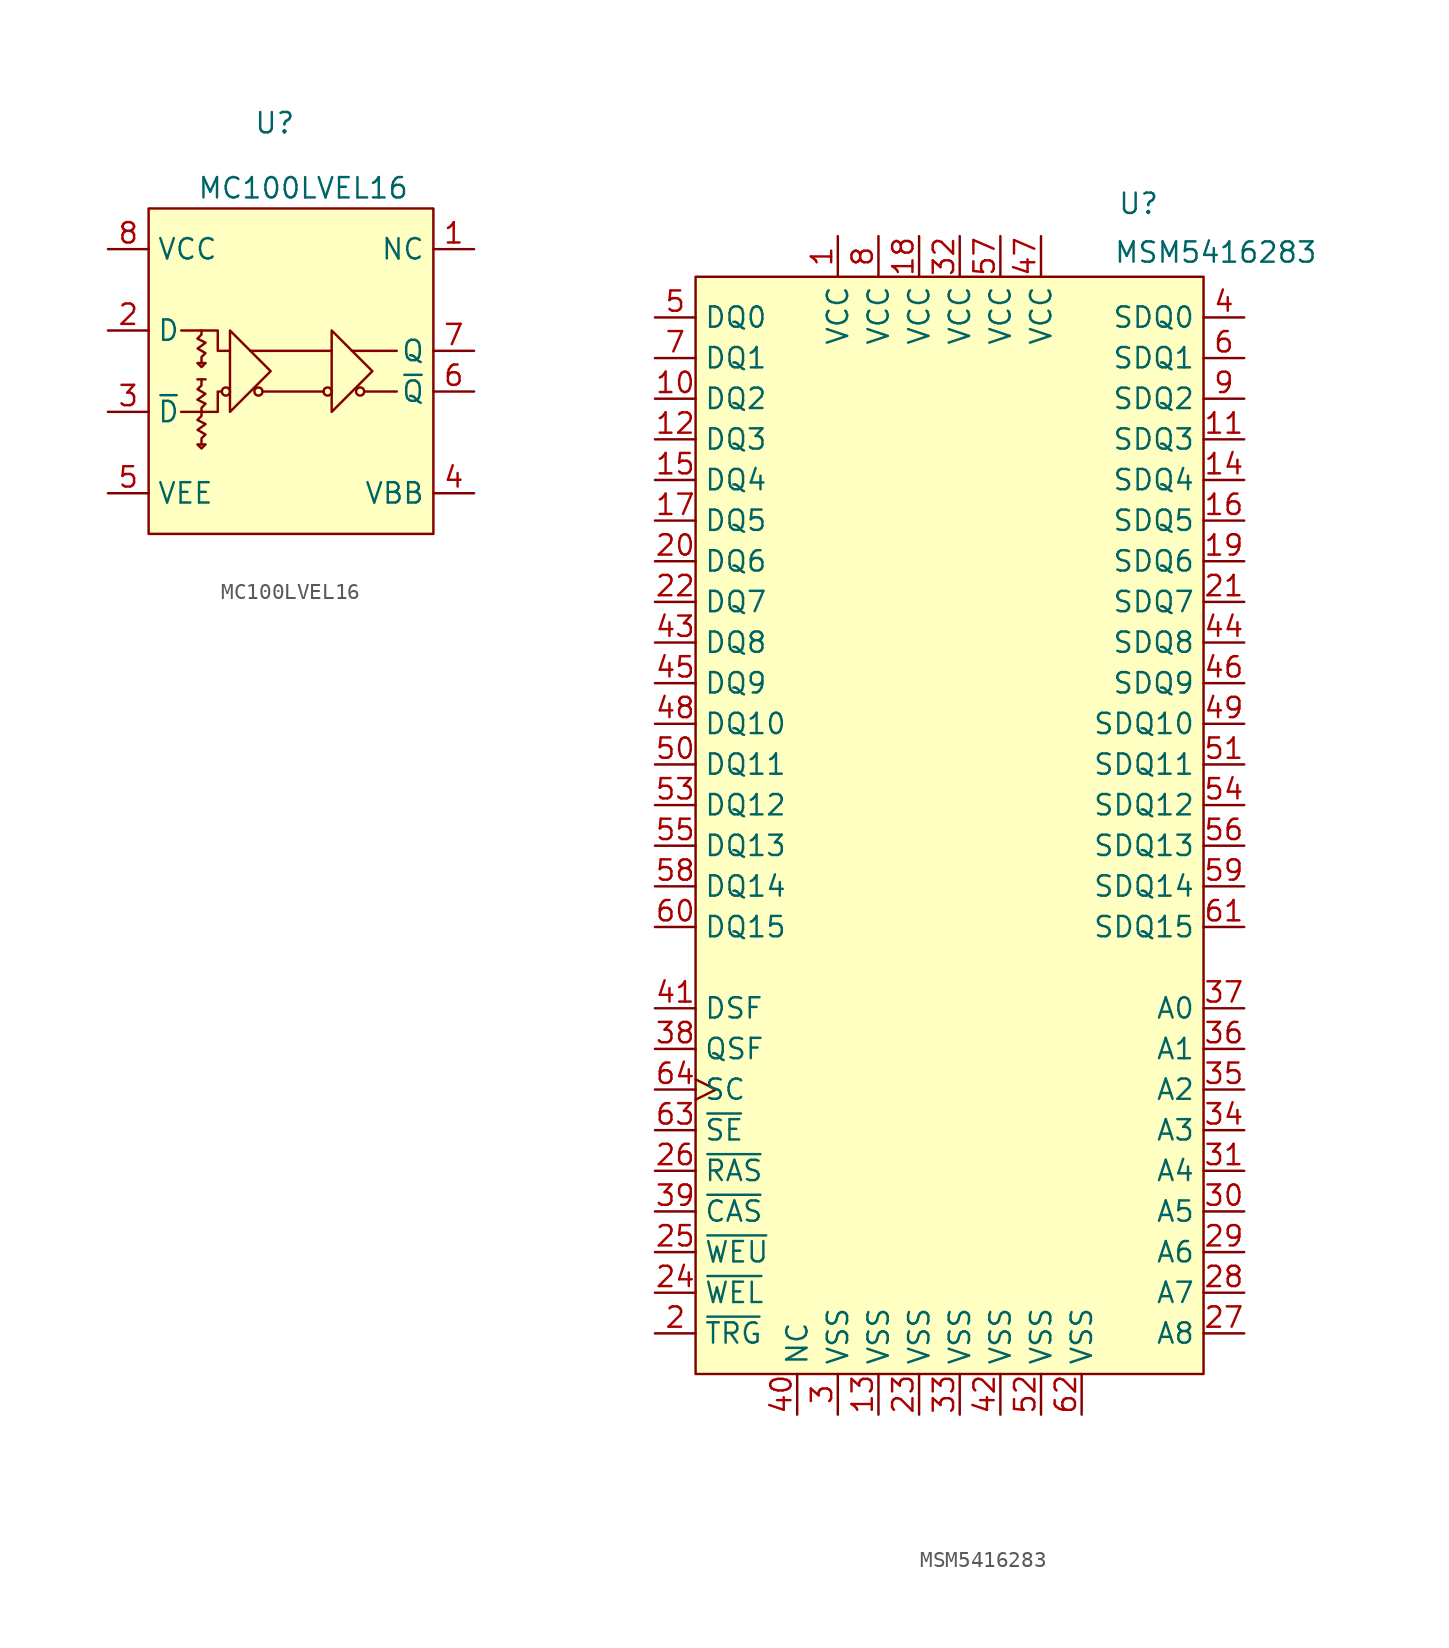
<source format=kicad_sym>
(kicad_symbol_lib
  (version 20241209)
  (generator "kicad_symbol_editor")
  (generator_version "9.0")
  (symbol "MC100LVEL16"
    (property "Reference" "U"
      (at 7.874 5.334 0)
      (effects (font (size 1.27 1.27))))
    (property "Value" "MC100LVEL16"
      (at 9.652 1.27 0)
      (effects (font (size 1.27 1.27))))
    (symbol "MC100LVEL16_1_0"
      (pin power_in line (at -2.54 -2.54 0) (length 2.54) (name "VCC" (effects (font (size 1.27 1.27)))) (number "8" (effects (font (size 1.27 1.27)))))
      (pin input line (at -2.54 -7.62 0) (length 2.54) (name "D" (effects (font (size 1.27 1.27)))) (number "2" (effects (font (size 1.27 1.27)))))
      (pin input line (at -2.54 -12.7 0) (length 2.54) (name "~{D}" (effects (font (size 1.27 1.27)))) (number "3" (effects (font (size 1.27 1.27)))))
      (pin power_in line (at -2.54 -17.78 0) (length 2.54) (name "VEE" (effects (font (size 1.27 1.27)))) (number "5" (effects (font (size 1.27 1.27)))))
      (pin unspecified line (at 20.32 -2.54 180) (length 2.54) (name "NC" (effects (font (size 1.27 1.27)))) (number "1" (effects (font (size 1.27 1.27)))))
      (pin output line (at 20.32 -8.89 180) (length 2.54) (name "Q" (effects (font (size 1.27 1.27)))) (number "7" (effects (font (size 1.27 1.27)))))
      (pin output line (at 20.32 -11.43 180) (length 2.54) (name "~{Q}" (effects (font (size 1.27 1.27)))) (number "6" (effects (font (size 1.27 1.27)))))
      (pin power_out line (at 20.32 -17.78 180) (length 2.54) (name "VBB" (effects (font (size 1.27 1.27)))) (number "4" (effects (font (size 1.27 1.27))))))
    (symbol "MC100LVEL16_1_1"
      (rectangle (start 0 0) (end 17.78 -20.32) (stroke (width 0) (type solid)) (fill (type background)))
      (polyline (pts (xy 2.032 -7.62) (xy 4.318 -7.62) (xy 4.318 -8.89) (xy 5.08 -8.89)) (stroke (width 0) (type default)) (fill (type none)))
      (polyline (pts (xy 2.032 -12.7) (xy 4.318 -12.7) (xy 4.318 -11.43) (xy 4.572 -11.43)) (stroke (width 0) (type default)) (fill (type none)))
      (polyline (pts (xy 3.048 -9.652) (xy 3.556 -9.652) (xy 3.302 -9.906) (xy 3.048 -9.652)) (stroke (width 0) (type default)) (fill (type none)))
      (polyline (pts (xy 3.048 -10.668) (xy 3.556 -10.668)) (stroke (width 0) (type default)) (fill (type none)))
      (polyline (pts (xy 3.048 -14.732) (xy 3.556 -14.732) (xy 3.302 -14.986) (xy 3.048 -14.732)) (stroke (width 0) (type default)) (fill (type none)))
      (polyline (pts (xy 3.302 -7.62) (xy 3.302 -7.874) (xy 3.048 -8.128) (xy 3.556 -8.382) (xy 3.058 -8.746) (xy 3.551 -9.032) (xy 3.303 -9.27) (xy 3.302 -9.652)) (stroke (width 0) (type default)) (fill (type none)))
      (polyline (pts (xy 3.302 -12.7) (xy 3.302 -12.446) (xy 3.556 -12.192) (xy 3.048 -11.938) (xy 3.546 -11.574) (xy 3.053 -11.288) (xy 3.301 -11.05) (xy 3.302 -10.668)) (stroke (width 0) (type default)) (fill (type none)))
      (polyline (pts (xy 3.302 -12.7) (xy 3.302 -12.954) (xy 3.048 -13.208) (xy 3.556 -13.462) (xy 3.058 -13.826) (xy 3.551 -14.112) (xy 3.303 -14.35) (xy 3.302 -14.732)) (stroke (width 0) (type default)) (fill (type none)))
      (circle (center 4.826 -11.43) (radius 0.254) (stroke (width 0) (type default)) (fill (type none)))
      (polyline (pts (xy 5.08 -7.62) (xy 5.08 -12.7) (xy 7.62 -10.16) (xy 5.08 -7.62)) (stroke (width 0) (type default)) (fill (type none)))
      (polyline (pts (xy 6.35 -8.89) (xy 11.43 -8.89)) (stroke (width 0) (type default)) (fill (type none)))
      (circle (center 6.858 -11.43) (radius 0.254) (stroke (width 0) (type default)) (fill (type none)))
      (polyline (pts (xy 7.112 -11.43) (xy 10.922 -11.43)) (stroke (width 0) (type default)) (fill (type none)))
      (circle (center 11.176 -11.43) (radius 0.254) (stroke (width 0) (type default)) (fill (type none)))
      (polyline (pts (xy 11.43 -7.62) (xy 11.43 -12.7) (xy 13.97 -10.16) (xy 11.43 -7.62)) (stroke (width 0) (type default)) (fill (type none)))
      (polyline (pts (xy 12.7 -8.89) (xy 15.494 -8.89)) (stroke (width 0) (type default)) (fill (type none)))
      (circle (center 13.208 -11.43) (radius 0.254) (stroke (width 0) (type default)) (fill (type none)))
      (polyline (pts (xy 13.462 -11.43) (xy 15.494 -11.43)) (stroke (width 0) (type default)) (fill (type none)))))
  (symbol "MSM5416283"
    (property "Reference" "U"
      (at 27.686 4.572 0)
      (effects (font (size 1.27 1.27))))
    (property "Value" "MSM5416283"
      (at 32.512 1.524 0)
      (effects (font (size 1.27 1.27))))
    (symbol "MSM5416283_0_0"
      (pin bidirectional line (at -2.54 -5.08 0) (length 2.54) (name "DQ1" (effects (font (size 1.27 1.27)))) (number "7" (effects (font (size 1.27 1.27)))))
      (pin bidirectional line (at -2.54 -7.62 0) (length 2.54) (name "DQ2" (effects (font (size 1.27 1.27)))) (number "10" (effects (font (size 1.27 1.27)))))
      (pin bidirectional line (at -2.54 -10.16 0) (length 2.54) (name "DQ3" (effects (font (size 1.27 1.27)))) (number "12" (effects (font (size 1.27 1.27)))))
      (pin bidirectional line (at -2.54 -12.7 0) (length 2.54) (name "DQ4" (effects (font (size 1.27 1.27)))) (number "15" (effects (font (size 1.27 1.27)))))
      (pin bidirectional line (at -2.54 -15.24 0) (length 2.54) (name "DQ5" (effects (font (size 1.27 1.27)))) (number "17" (effects (font (size 1.27 1.27)))))
      (pin bidirectional line (at -2.54 -17.78 0) (length 2.54) (name "DQ6" (effects (font (size 1.27 1.27)))) (number "20" (effects (font (size 1.27 1.27)))))
      (pin bidirectional line (at -2.54 -20.32 0) (length 2.54) (name "DQ7" (effects (font (size 1.27 1.27)))) (number "22" (effects (font (size 1.27 1.27)))))
      (pin bidirectional line (at -2.54 -22.86 0) (length 2.54) (name "DQ8" (effects (font (size 1.27 1.27)))) (number "43" (effects (font (size 1.27 1.27)))))
      (pin bidirectional line (at -2.54 -25.4 0) (length 2.54) (name "DQ9" (effects (font (size 1.27 1.27)))) (number "45" (effects (font (size 1.27 1.27)))))
      (pin bidirectional line (at -2.54 -27.94 0) (length 2.54) (name "DQ10" (effects (font (size 1.27 1.27)))) (number "48" (effects (font (size 1.27 1.27)))))
      (pin bidirectional line (at -2.54 -30.48 0) (length 2.54) (name "DQ11" (effects (font (size 1.27 1.27)))) (number "50" (effects (font (size 1.27 1.27)))))
      (pin bidirectional line (at -2.54 -33.02 0) (length 2.54) (name "DQ12" (effects (font (size 1.27 1.27)))) (number "53" (effects (font (size 1.27 1.27)))))
      (pin bidirectional line (at -2.54 -35.56 0) (length 2.54) (name "DQ13" (effects (font (size 1.27 1.27)))) (number "55" (effects (font (size 1.27 1.27)))))
      (pin bidirectional line (at -2.54 -38.1 0) (length 2.54) (name "DQ14" (effects (font (size 1.27 1.27)))) (number "58" (effects (font (size 1.27 1.27)))))
      (pin bidirectional line (at -2.54 -40.64 0) (length 2.54) (name "DQ15" (effects (font (size 1.27 1.27)))) (number "60" (effects (font (size 1.27 1.27)))))
      (pin input line (at -2.54 -45.72 0) (length 2.54) (name "DSF" (effects (font (size 1.27 1.27)))) (number "41" (effects (font (size 1.27 1.27)))))
      (pin output line (at -2.54 -48.26 0) (length 2.54) (name "QSF" (effects (font (size 1.27 1.27)))) (number "38" (effects (font (size 1.27 1.27)))))
      (pin input clock (at -2.54 -50.8 0) (length 2.54) (name "SC" (effects (font (size 1.27 1.27)))) (number "64" (effects (font (size 1.27 1.27)))))
      (pin input line (at -2.54 -53.34 0) (length 2.54) (name "~{SE}" (effects (font (size 1.27 1.27)))) (number "63" (effects (font (size 1.27 1.27)))))
      (pin input line (at -2.54 -55.88 0) (length 2.54) (name "~{RAS}" (effects (font (size 1.27 1.27)))) (number "26" (effects (font (size 1.27 1.27)))))
      (pin input line (at -2.54 -58.42 0) (length 2.54) (name "~{CAS}" (effects (font (size 1.27 1.27)))) (number "39" (effects (font (size 1.27 1.27)))))
      (pin input line (at -2.54 -60.96 0) (length 2.54) (name "~{WEU}" (effects (font (size 1.27 1.27)))) (number "25" (effects (font (size 1.27 1.27)))))
      (pin input line (at -2.54 -63.5 0) (length 2.54) (name "~{WEL}" (effects (font (size 1.27 1.27)))) (number "24" (effects (font (size 1.27 1.27)))))
      (pin input line (at -2.54 -66.04 0) (length 2.54) (name "~{TRG}" (effects (font (size 1.27 1.27)))) (number "2" (effects (font (size 1.27 1.27)))))
      (pin power_in line (at 8.89 2.54 270) (length 2.54) (name "VCC" (effects (font (size 1.27 1.27)))) (number "1" (effects (font (size 1.27 1.27)))))
      (pin power_in line (at 8.89 -71.12 90) (length 2.54) (name "VSS" (effects (font (size 1.27 1.27)))) (number "3" (effects (font (size 1.27 1.27)))))
      (pin power_in line (at 11.43 2.54 270) (length 2.54) (name "VCC" (effects (font (size 1.27 1.27)))) (number "8" (effects (font (size 1.27 1.27)))))
      (pin power_in line (at 11.43 -71.12 90) (length 2.54) (name "VSS" (effects (font (size 1.27 1.27)))) (number "13" (effects (font (size 1.27 1.27)))))
      (pin power_in line (at 13.97 2.54 270) (length 2.54) (name "VCC" (effects (font (size 1.27 1.27)))) (number "18" (effects (font (size 1.27 1.27)))))
      (pin power_in line (at 13.97 -71.12 90) (length 2.54) (name "VSS" (effects (font (size 1.27 1.27)))) (number "23" (effects (font (size 1.27 1.27)))))
      (pin power_in line (at 16.51 2.54 270) (length 2.54) (name "VCC" (effects (font (size 1.27 1.27)))) (number "32" (effects (font (size 1.27 1.27)))))
      (pin power_in line (at 16.51 -71.12 90) (length 2.54) (name "VSS" (effects (font (size 1.27 1.27)))) (number "33" (effects (font (size 1.27 1.27)))))
      (pin power_in line (at 19.05 -71.12 90) (length 2.54) (name "VSS" (effects (font (size 1.27 1.27)))) (number "42" (effects (font (size 1.27 1.27)))))
      (pin power_in line (at 21.59 2.54 270) (length 2.54) (name "VCC" (effects (font (size 1.27 1.27)))) (number "47" (effects (font (size 1.27 1.27)))))
      (pin power_in line (at 21.59 -71.12 90) (length 2.54) (name "VSS" (effects (font (size 1.27 1.27)))) (number "52" (effects (font (size 1.27 1.27)))))
      (pin power_in line (at 24.13 -71.12 90) (length 2.54) (name "VSS" (effects (font (size 1.27 1.27)))) (number "62" (effects (font (size 1.27 1.27)))))
      (pin bidirectional line (at 34.29 -2.54 180) (length 2.54) (name "SDQ0" (effects (font (size 1.27 1.27)))) (number "4" (effects (font (size 1.27 1.27)))))
      (pin bidirectional line (at 34.29 -5.08 180) (length 2.54) (name "SDQ1" (effects (font (size 1.27 1.27)))) (number "6" (effects (font (size 1.27 1.27)))))
      (pin bidirectional line (at 34.29 -7.62 180) (length 2.54) (name "SDQ2" (effects (font (size 1.27 1.27)))) (number "9" (effects (font (size 1.27 1.27)))))
      (pin bidirectional line (at 34.29 -10.16 180) (length 2.54) (name "SDQ3" (effects (font (size 1.27 1.27)))) (number "11" (effects (font (size 1.27 1.27)))))
      (pin bidirectional line (at 34.29 -12.7 180) (length 2.54) (name "SDQ4" (effects (font (size 1.27 1.27)))) (number "14" (effects (font (size 1.27 1.27)))))
      (pin bidirectional line (at 34.29 -15.24 180) (length 2.54) (name "SDQ5" (effects (font (size 1.27 1.27)))) (number "16" (effects (font (size 1.27 1.27)))))
      (pin bidirectional line (at 34.29 -17.78 180) (length 2.54) (name "SDQ6" (effects (font (size 1.27 1.27)))) (number "19" (effects (font (size 1.27 1.27)))))
      (pin bidirectional line (at 34.29 -20.32 180) (length 2.54) (name "SDQ7" (effects (font (size 1.27 1.27)))) (number "21" (effects (font (size 1.27 1.27)))))
      (pin bidirectional line (at 34.29 -22.86 180) (length 2.54) (name "SDQ8" (effects (font (size 1.27 1.27)))) (number "44" (effects (font (size 1.27 1.27)))))
      (pin bidirectional line (at 34.29 -25.4 180) (length 2.54) (name "SDQ9" (effects (font (size 1.27 1.27)))) (number "46" (effects (font (size 1.27 1.27)))))
      (pin bidirectional line (at 34.29 -27.94 180) (length 2.54) (name "SDQ10" (effects (font (size 1.27 1.27)))) (number "49" (effects (font (size 1.27 1.27)))))
      (pin bidirectional line (at 34.29 -30.48 180) (length 2.54) (name "SDQ11" (effects (font (size 1.27 1.27)))) (number "51" (effects (font (size 1.27 1.27)))))
      (pin bidirectional line (at 34.29 -33.02 180) (length 2.54) (name "SDQ12" (effects (font (size 1.27 1.27)))) (number "54" (effects (font (size 1.27 1.27)))))
      (pin bidirectional line (at 34.29 -35.56 180) (length 2.54) (name "SDQ13" (effects (font (size 1.27 1.27)))) (number "56" (effects (font (size 1.27 1.27)))))
      (pin bidirectional line (at 34.29 -38.1 180) (length 2.54) (name "SDQ14" (effects (font (size 1.27 1.27)))) (number "59" (effects (font (size 1.27 1.27)))))
      (pin bidirectional line (at 34.29 -40.64 180) (length 2.54) (name "SDQ15" (effects (font (size 1.27 1.27)))) (number "61" (effects (font (size 1.27 1.27)))))
      (pin input line (at 34.29 -45.72 180) (length 2.54) (name "A0" (effects (font (size 1.27 1.27)))) (number "37" (effects (font (size 1.27 1.27)))))
      (pin input line (at 34.29 -48.26 180) (length 2.54) (name "A1" (effects (font (size 1.27 1.27)))) (number "36" (effects (font (size 1.27 1.27)))))
      (pin input line (at 34.29 -50.8 180) (length 2.54) (name "A2" (effects (font (size 1.27 1.27)))) (number "35" (effects (font (size 1.27 1.27)))))
      (pin input line (at 34.29 -53.34 180) (length 2.54) (name "A3" (effects (font (size 1.27 1.27)))) (number "34" (effects (font (size 1.27 1.27)))))
      (pin input line (at 34.29 -55.88 180) (length 2.54) (name "A4" (effects (font (size 1.27 1.27)))) (number "31" (effects (font (size 1.27 1.27)))))
      (pin input line (at 34.29 -58.42 180) (length 2.54) (name "A5" (effects (font (size 1.27 1.27)))) (number "30" (effects (font (size 1.27 1.27)))))
      (pin input line (at 34.29 -60.96 180) (length 2.54) (name "A6" (effects (font (size 1.27 1.27)))) (number "29" (effects (font (size 1.27 1.27)))))
      (pin input line (at 34.29 -63.5 180) (length 2.54) (name "A7" (effects (font (size 1.27 1.27)))) (number "28" (effects (font (size 1.27 1.27)))))
      (pin input line (at 34.29 -66.04 180) (length 2.54) (name "A8" (effects (font (size 1.27 1.27)))) (number "27" (effects (font (size 1.27 1.27))))))
    (symbol "MSM5416283_1_0"
      (pin bidirectional line (at -2.54 -2.54 0) (length 2.54) (name "DQ0" (effects (font (size 1.27 1.27)))) (number "5" (effects (font (size 1.27 1.27)))))
      (pin passive line (at 6.35 -71.12 90) (length 2.54) (name "NC" (effects (font (size 1.27 1.27)))) (number "40" (effects (font (size 1.27 1.27)))))
      (pin power_in line (at 19.05 2.54 270) (length 2.54) (name "VCC" (effects (font (size 1.27 1.27)))) (number "57" (effects (font (size 1.27 1.27))))))
    (symbol "MSM5416283_1_1"
      (rectangle (start 0 0) (end 31.75 -68.58) (stroke (width 0) (type solid)) (fill (type background))))))
</source>
